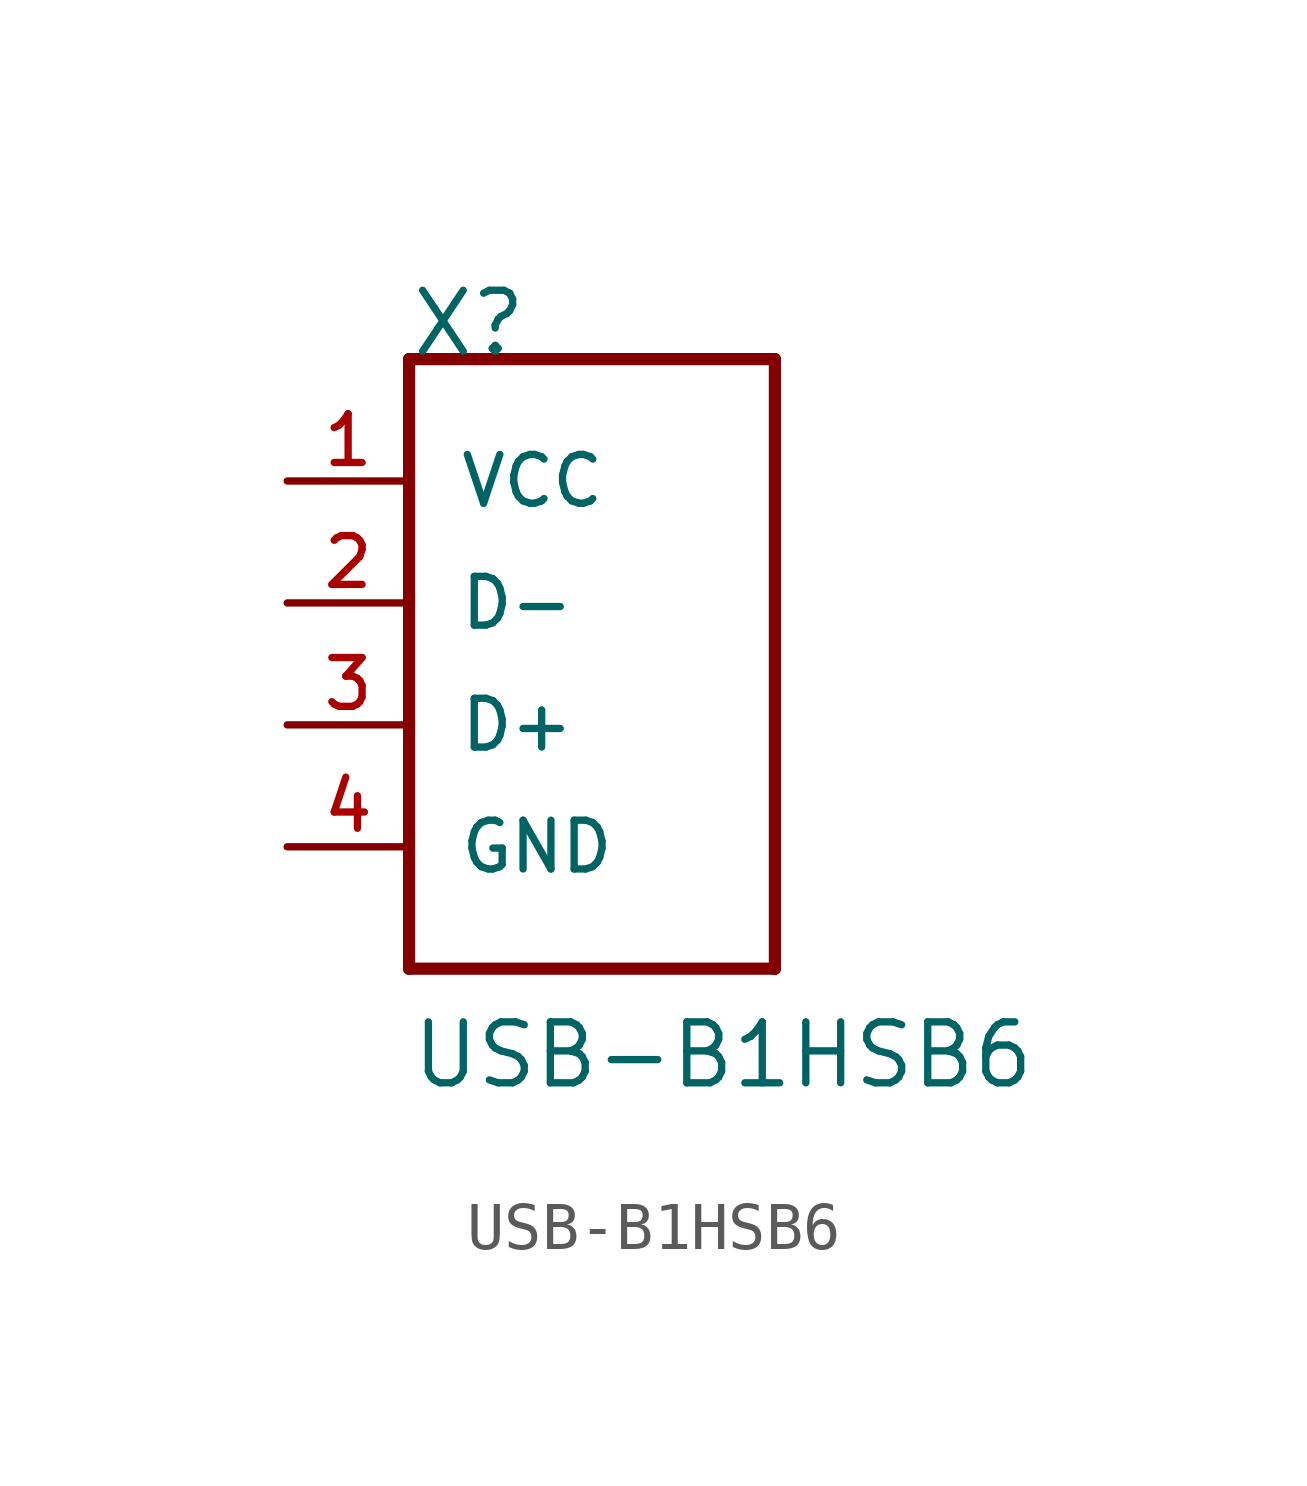
<source format=kicad_sym>
(kicad_symbol_lib
  (version 20211014)
  (generator kicad_symbol_editor)
  (symbol "USB-B1HSB6"
    (pin_names
      (offset 1.016))
    (property "Reference" "X"
      (at 0 5.08 0)
      (effects (font (size 1.27 1.27)) (justify left bottom)))
    (property "Value" "USB-B1HSB6"
      (at 0 -10.16 0)
      (effects (font (size 1.27 1.27)) (justify left bottom)))
    (symbol "USB-B1HSB6_0_0"
      (polyline (pts (xy 0 -7.62) (xy 7.62 -7.62)) (stroke (width 0.254) (type default) (color 0 0 0 0)) (fill (type none)))
      (polyline (pts (xy 0 5.08) (xy 0 -7.62)) (stroke (width 0.254) (type default) (color 0 0 0 0)) (fill (type none)))
      (polyline (pts (xy 7.62 -7.62) (xy 7.62 5.08)) (stroke (width 0.254) (type default) (color 0 0 0 0)) (fill (type none)))
      (polyline (pts (xy 7.62 5.08) (xy 0 5.08)) (stroke (width 0.254) (type default) (color 0 0 0 0)) (fill (type none)))
      (pin power_out line (at -2.54 2.54 0) (length 2.54) (name "VCC" (effects (font (size 1.016 1.016)))) (number "1" (effects (font (size 1.016 1.016)))))
      (pin bidirectional line (at -2.54 0 0) (length 2.54) (name "D-" (effects (font (size 1.016 1.016)))) (number "2" (effects (font (size 1.016 1.016)))))
      (pin bidirectional line (at -2.54 -2.54 0) (length 2.54) (name "D+" (effects (font (size 1.016 1.016)))) (number "3" (effects (font (size 1.016 1.016)))))
      (pin power_out line (at -2.54 -5.08 0) (length 2.54) (name "GND" (effects (font (size 1.016 1.016)))) (number "4" (effects (font (size 1.016 1.016))))))))
</source>
